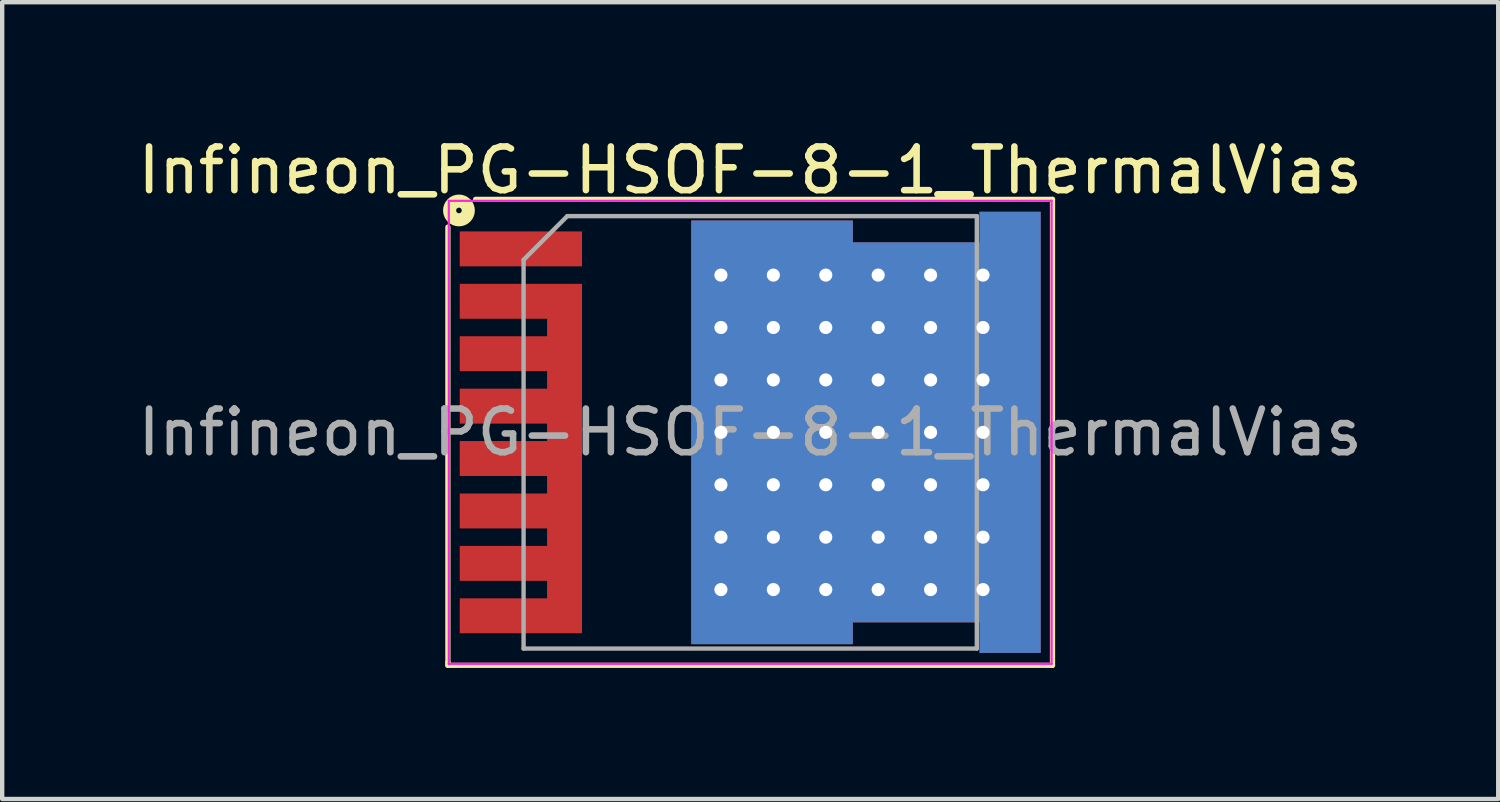
<source format=kicad_pcb>
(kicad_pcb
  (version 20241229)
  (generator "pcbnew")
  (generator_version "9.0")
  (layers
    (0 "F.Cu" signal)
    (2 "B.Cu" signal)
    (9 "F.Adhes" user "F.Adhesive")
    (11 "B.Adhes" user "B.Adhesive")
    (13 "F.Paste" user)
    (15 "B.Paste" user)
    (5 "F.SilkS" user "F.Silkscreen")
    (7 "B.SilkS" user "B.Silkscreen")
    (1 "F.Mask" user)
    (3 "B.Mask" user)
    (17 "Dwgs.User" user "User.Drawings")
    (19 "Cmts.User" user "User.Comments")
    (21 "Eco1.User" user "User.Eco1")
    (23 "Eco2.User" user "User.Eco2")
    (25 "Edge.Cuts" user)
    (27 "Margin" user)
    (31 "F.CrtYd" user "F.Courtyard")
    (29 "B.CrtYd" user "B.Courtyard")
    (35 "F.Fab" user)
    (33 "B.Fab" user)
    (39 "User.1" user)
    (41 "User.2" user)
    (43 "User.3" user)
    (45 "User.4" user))
  (footprint "Infineon_PG-HSOF-8-1_ThermalVias"
    (layer "F.Cu")
    (at 14.125 6.848)
    (property "Reference" "Infineon_PG-HSOF-8-1_ThermalVias" (at 0 -6 0) (layer "F.SilkS") (effects (font (size 1 1) (thickness 0.15))))
    (attr smd)
    (fp_line (start -6.921 -4.699) (end -6.921 5.271) (stroke (width 0.12) (type solid)) (layer "F.SilkS"))
    (fp_line (start -6.921 5.271) (end -6.921 5.334) (stroke (width 0.12) (type solid)) (layer "F.SilkS"))
    (fp_line (start -6.921 5.334) (end 6.921 5.334) (stroke (width 0.12) (type solid)) (layer "F.SilkS"))
    (fp_line (start 6.921 -5.334) (end -6.287 -5.334) (stroke (width 0.12) (type solid)) (layer "F.SilkS"))
    (fp_line (start 6.921 5.334) (end 6.921 -5.334) (stroke (width 0.12) (type solid)) (layer "F.SilkS"))
    (fp_circle (center -6.668 -5.08) (end -6.604 -5.08) (stroke (width 0.3) (type solid)) (fill no) (layer "F.SilkS"))
    (fp_line (start -6.9 5.3) (end -6.9 -5.3) (stroke (width 0.05) (type solid)) (layer "F.CrtYd"))
    (fp_line (start -6.9 5.3) (end 6.9 5.3) (stroke (width 0.05) (type solid)) (layer "F.CrtYd"))
    (fp_line (start 6.9 -5.3) (end -6.9 -5.3) (stroke (width 0.05) (type solid)) (layer "F.CrtYd"))
    (fp_line (start 6.9 -5.3) (end 6.9 5.3) (stroke (width 0.05) (type solid)) (layer "F.CrtYd"))
    (fp_line (start -5.188 4.95) (end -5.188 -3.95) (stroke (width 0.1) (type solid)) (layer "F.Fab"))
    (fp_line (start -4.188 -4.95) (end -5.188 -3.95) (stroke (width 0.1) (type solid)) (layer "F.Fab"))
    (fp_line (start -4.188 -4.95) (end 5.188 -4.95) (stroke (width 0.1) (type solid)) (layer "F.Fab"))
    (fp_line (start 5.188 -4.95) (end 5.188 4.95) (stroke (width 0.1) (type solid)) (layer "F.Fab"))
    (fp_line (start 5.188 4.95) (end -5.188 4.95) (stroke (width 0.1) (type solid)) (layer "F.Fab"))
    (fp_text user "${REFERENCE}" (at 0 0 0) (layer "F.Fab") (effects (font (size 1 1) (thickness 0.15))))
    (pad "" smd rect (at -5.25 -4.2) (size 2.6 0.7) (layers "F.Paste"))
    (pad "" smd rect (at -5.25 -3) (size 2.6 0.7) (layers "F.Paste"))
    (pad "" smd rect (at -5.25 -1.8) (size 2.6 0.7) (layers "F.Paste"))
    (pad "" smd rect (at -5.25 -0.6) (size 2.6 0.7) (layers "F.Paste"))
    (pad "" smd rect (at -5.25 0.6) (size 2.6 0.7) (layers "F.Paste"))
    (pad "" smd rect (at -5.25 1.8) (size 2.6 0.7) (layers "F.Paste"))
    (pad "" smd rect (at -5.25 3) (size 2.6 0.7) (layers "F.Paste"))
    (pad "" smd rect (at -5.25 4.2) (size 2.6 0.7) (layers "F.Paste"))
    (pad "" smd circle (at -0.07 -4.2) (size 1 1) (layers "F.Paste"))
    (pad "" smd circle (at -0.07 -3) (size 1 1) (layers "F.Paste"))
    (pad "" smd circle (at -0.07 -1.8) (size 1 1) (layers "F.Paste"))
    (pad "" smd circle (at -0.07 -0.6) (size 1 1) (layers "F.Paste"))
    (pad "" smd circle (at -0.07 0.6) (size 1 1) (layers "F.Paste"))
    (pad "" smd circle (at -0.07 1.8) (size 1 1) (layers "F.Paste"))
    (pad "" smd circle (at -0.07 3) (size 1 1) (layers "F.Paste"))
    (pad "" smd circle (at -0.07 4.2) (size 1 1) (layers "F.Paste"))
    (pad "" smd circle (at 1.13 -4.2) (size 1 1) (layers "F.Paste"))
    (pad "" smd circle (at 1.13 -3) (size 1 1) (layers "F.Paste"))
    (pad "" smd circle (at 1.13 -1.8) (size 1 1) (layers "F.Paste"))
    (pad "" smd circle (at 1.13 -0.6) (size 1 1) (layers "F.Paste"))
    (pad "" smd circle (at 1.13 0.6) (size 1 1) (layers "F.Paste"))
    (pad "" smd circle (at 1.13 1.8) (size 1 1) (layers "F.Paste"))
    (pad "" smd circle (at 1.13 3) (size 1 1) (layers "F.Paste"))
    (pad "" smd circle (at 1.13 4.2) (size 1 1) (layers "F.Paste"))
    (pad "" smd circle (at 2.33 -3) (size 1 1) (layers "F.Paste"))
    (pad "" smd circle (at 2.33 -1.8) (size 1 1) (layers "F.Paste"))
    (pad "" smd circle (at 2.33 -0.6) (size 1 1) (layers "F.Paste"))
    (pad "" smd circle (at 2.33 0.6) (size 1 1) (layers "F.Paste"))
    (pad "" smd circle (at 2.33 1.8) (size 1 1) (layers "F.Paste"))
    (pad "" smd circle (at 2.33 3) (size 1 1) (layers "F.Paste"))
    (pad "" smd circle (at 3.53 -3) (size 1 1) (layers "F.Paste"))
    (pad "" smd circle (at 3.53 -1.8) (size 1 1) (layers "F.Paste"))
    (pad "" smd circle (at 3.53 -0.6) (size 1 1) (layers "F.Paste"))
    (pad "" smd circle (at 3.53 0.6) (size 1 1) (layers "F.Paste"))
    (pad "" smd circle (at 3.53 1.8) (size 1 1) (layers "F.Paste"))
    (pad "" smd circle (at 3.53 3) (size 1 1) (layers "F.Paste"))
    (pad "" smd circle (at 4.73 -3) (size 1 1) (layers "F.Paste"))
    (pad "" smd circle (at 4.73 -1.8) (size 1 1) (layers "F.Paste"))
    (pad "" smd circle (at 4.73 -0.6) (size 1 1) (layers "F.Paste"))
    (pad "" smd circle (at 4.73 0.6) (size 1 1) (layers "F.Paste"))
    (pad "" smd circle (at 4.73 1.8) (size 1 1) (layers "F.Paste"))
    (pad "" smd circle (at 4.73 3) (size 1 1) (layers "F.Paste"))
    (pad "" smd circle (at 5.93 -4.2) (size 1 1) (layers "F.Paste"))
    (pad "" smd circle (at 5.93 -3) (size 1 1) (layers "F.Paste"))
    (pad "" smd circle (at 5.93 -1.8) (size 1 1) (layers "F.Paste"))
    (pad "" smd circle (at 5.93 -0.6) (size 1 1) (layers "F.Paste"))
    (pad "" smd circle (at 5.93 0.6) (size 1 1) (layers "F.Paste"))
    (pad "" smd circle (at 5.93 1.8) (size 1 1) (layers "F.Paste"))
    (pad "" smd circle (at 5.93 3) (size 1 1) (layers "F.Paste"))
    (pad "" smd circle (at 5.93 4.2) (size 1 1) (layers "F.Paste"))
    (pad "1" smd rect (at -5.25 -4.2) (size 2.8 0.8) (layers "F.Cu" "F.Mask"))
    (pad "2" smd custom (at -4.25 0.6) (size 0.8 8) (layers "F.Cu" "F.Mask") (options (anchor rect)) (primitives (gr_poly (pts (xy -0.4 -3.2) (xy -2.4 -3.2) (xy -2.4 -4) (xy -0.4 -4)) (width 0) (fill yes)) (gr_poly (pts (xy -0.4 -2) (xy -2.4 -2) (xy -2.4 -2.8) (xy -0.4 -2.8)) (width 0) (fill yes)) (gr_poly (pts (xy -0.4 -0.8) (xy -2.4 -0.8) (xy -2.4 -1.6) (xy -0.4 -1.6)) (width 0) (fill yes)) (gr_poly (pts (xy -0.4 0.4) (xy -2.4 0.4) (xy -2.4 -0.4) (xy -0.4 -0.4)) (width 0) (fill yes)) (gr_poly (pts (xy -0.4 1.6) (xy -2.4 1.6) (xy -2.4 0.8) (xy -0.4 0.8)) (width 0) (fill yes)) (gr_poly (pts (xy -0.4 2.8) (xy -2.4 2.8) (xy -2.4 2) (xy -0.4 2)) (width 0) (fill yes)) (gr_poly (pts (xy -0.4 4) (xy -2.4 4) (xy -2.4 3.2) (xy -0.4 3.2)) (width 0) (fill yes))))
    (pad "3" thru_hole circle (at -0.67 -3.6) (size 0.6 0.6) (drill 0.3) (layers "*.Cu"))
    (pad "3" thru_hole circle (at -0.67 -2.4) (size 0.6 0.6) (drill 0.3) (layers "*.Cu"))
    (pad "3" thru_hole circle (at -0.67 -1.2) (size 0.6 0.6) (drill 0.3) (layers "*.Cu"))
    (pad "3" thru_hole circle (at -0.67 0) (size 0.6 0.6) (drill 0.3) (layers "*.Cu"))
    (pad "3" thru_hole circle (at -0.67 1.2) (size 0.6 0.6) (drill 0.3) (layers "*.Cu"))
    (pad "3" thru_hole circle (at -0.67 2.4) (size 0.6 0.6) (drill 0.3) (layers "*.Cu"))
    (pad "3" thru_hole circle (at -0.67 3.6) (size 0.6 0.6) (drill 0.3) (layers "*.Cu"))
    (pad "3" thru_hole circle (at 0.53 -3.6) (size 0.6 0.6) (drill 0.3) (layers "*.Cu"))
    (pad "3" thru_hole circle (at 0.53 -2.4) (size 0.6 0.6) (drill 0.3) (layers "*.Cu"))
    (pad "3" thru_hole circle (at 0.53 -1.2) (size 0.6 0.6) (drill 0.3) (layers "*.Cu"))
    (pad "3" thru_hole circle (at 0.53 0) (size 0.6 0.6) (drill 0.3) (layers "*.Cu"))
    (pad "3" thru_hole circle (at 0.53 1.2) (size 0.6 0.6) (drill 0.3) (layers "*.Cu"))
    (pad "3" thru_hole circle (at 0.53 2.4) (size 0.6 0.6) (drill 0.3) (layers "*.Cu"))
    (pad "3" thru_hole circle (at 0.53 3.6) (size 0.6 0.6) (drill 0.3) (layers "*.Cu"))
    (pad "3" thru_hole circle (at 1.73 -3.6) (size 0.6 0.6) (drill 0.3) (layers "*.Cu"))
    (pad "3" thru_hole circle (at 1.73 -2.4) (size 0.6 0.6) (drill 0.3) (layers "*.Cu"))
    (pad "3" thru_hole circle (at 1.73 -1.2) (size 0.6 0.6) (drill 0.3) (layers "*.Cu"))
    (pad "3" thru_hole circle (at 1.73 0) (size 0.6 0.6) (drill 0.3) (layers "*.Cu"))
    (pad "3" thru_hole circle (at 1.73 1.2) (size 0.6 0.6) (drill 0.3) (layers "*.Cu"))
    (pad "3" thru_hole circle (at 1.73 2.4) (size 0.6 0.6) (drill 0.3) (layers "*.Cu"))
    (pad "3" thru_hole circle (at 1.73 3.6) (size 0.6 0.6) (drill 0.3) (layers "*.Cu"))
    (pad "3" thru_hole circle (at 2.93 -3.6) (size 0.6 0.6) (drill 0.3) (layers "*.Cu"))
    (pad "3" thru_hole circle (at 2.93 -2.4) (size 0.6 0.6) (drill 0.3) (layers "*.Cu"))
    (pad "3" thru_hole circle (at 2.93 -1.2) (size 0.6 0.6) (drill 0.3) (layers "*.Cu"))
    (pad "3" thru_hole circle (at 2.93 0) (size 0.6 0.6) (drill 0.3) (layers "*.Cu"))
    (pad "3" thru_hole circle (at 2.93 1.2) (size 0.6 0.6) (drill 0.3) (layers "*.Cu"))
    (pad "3" thru_hole circle (at 2.93 2.4) (size 0.6 0.6) (drill 0.3) (layers "*.Cu"))
    (pad "3" thru_hole circle (at 2.93 3.6) (size 0.6 0.6) (drill 0.3) (layers "*.Cu"))
    (pad "3" smd custom (at 3.8 0) (size 2.9 8.7) (layers "F.Cu" "F.Mask") (options (anchor rect)) (primitives (gr_poly (pts (xy 2.85 5.05) (xy 1.45 5.05) (xy 1.45 -5.05) (xy 2.85 -5.05)) (width 0) (fill yes)) (gr_poly (pts (xy -1.45 4.85) (xy -5.15 4.85) (xy -5.15 -4.85) (xy -1.45 -4.85)) (width 0) (fill yes))))
    (pad "3" smd custom (at 3.8 0) (size 2.9 8.7) (layers "B.Cu" "B.Mask") (options (anchor rect)) (primitives (gr_poly (pts (xy 2.85 5.05) (xy 1.45 5.05) (xy 1.45 -5.05) (xy 2.85 -5.05)) (width 0) (fill yes)) (gr_poly (pts (xy -1.45 4.85) (xy -5.15 4.85) (xy -5.15 -4.85) (xy -1.45 -4.85)) (width 0) (fill yes))))
    (pad "3" thru_hole circle (at 4.13 -3.6) (size 0.6 0.6) (drill 0.3) (layers "*.Cu"))
    (pad "3" thru_hole circle (at 4.13 -2.4) (size 0.6 0.6) (drill 0.3) (layers "*.Cu"))
    (pad "3" thru_hole circle (at 4.13 -1.2) (size 0.6 0.6) (drill 0.3) (layers "*.Cu"))
    (pad "3" thru_hole circle (at 4.13 0) (size 0.6 0.6) (drill 0.3) (layers "*.Cu"))
    (pad "3" thru_hole circle (at 4.13 1.2) (size 0.6 0.6) (drill 0.3) (layers "*.Cu"))
    (pad "3" thru_hole circle (at 4.13 2.4) (size 0.6 0.6) (drill 0.3) (layers "*.Cu"))
    (pad "3" thru_hole circle (at 4.13 3.6) (size 0.6 0.6) (drill 0.3) (layers "*.Cu"))
    (pad "3" thru_hole circle (at 5.33 -3.6) (size 0.6 0.6) (drill 0.3) (layers "*.Cu"))
    (pad "3" thru_hole circle (at 5.33 -2.4) (size 0.6 0.6) (drill 0.3) (layers "*.Cu"))
    (pad "3" thru_hole circle (at 5.33 -1.2) (size 0.6 0.6) (drill 0.3) (layers "*.Cu"))
    (pad "3" thru_hole circle (at 5.33 0) (size 0.6 0.6) (drill 0.3) (layers "*.Cu"))
    (pad "3" thru_hole circle (at 5.33 1.2) (size 0.6 0.6) (drill 0.3) (layers "*.Cu"))
    (pad "3" thru_hole circle (at 5.33 2.4) (size 0.6 0.6) (drill 0.3) (layers "*.Cu"))
    (pad "3" thru_hole circle (at 5.33 3.6) (size 0.6 0.6) (drill 0.3) (layers "*.Cu")))
  (gr_rect
    (start -3 -3)
    (end 31.25 15.242)
    (stroke (width 0.1) (type default))
    (fill no)
    (layer "Edge.Cuts")))
</source>
